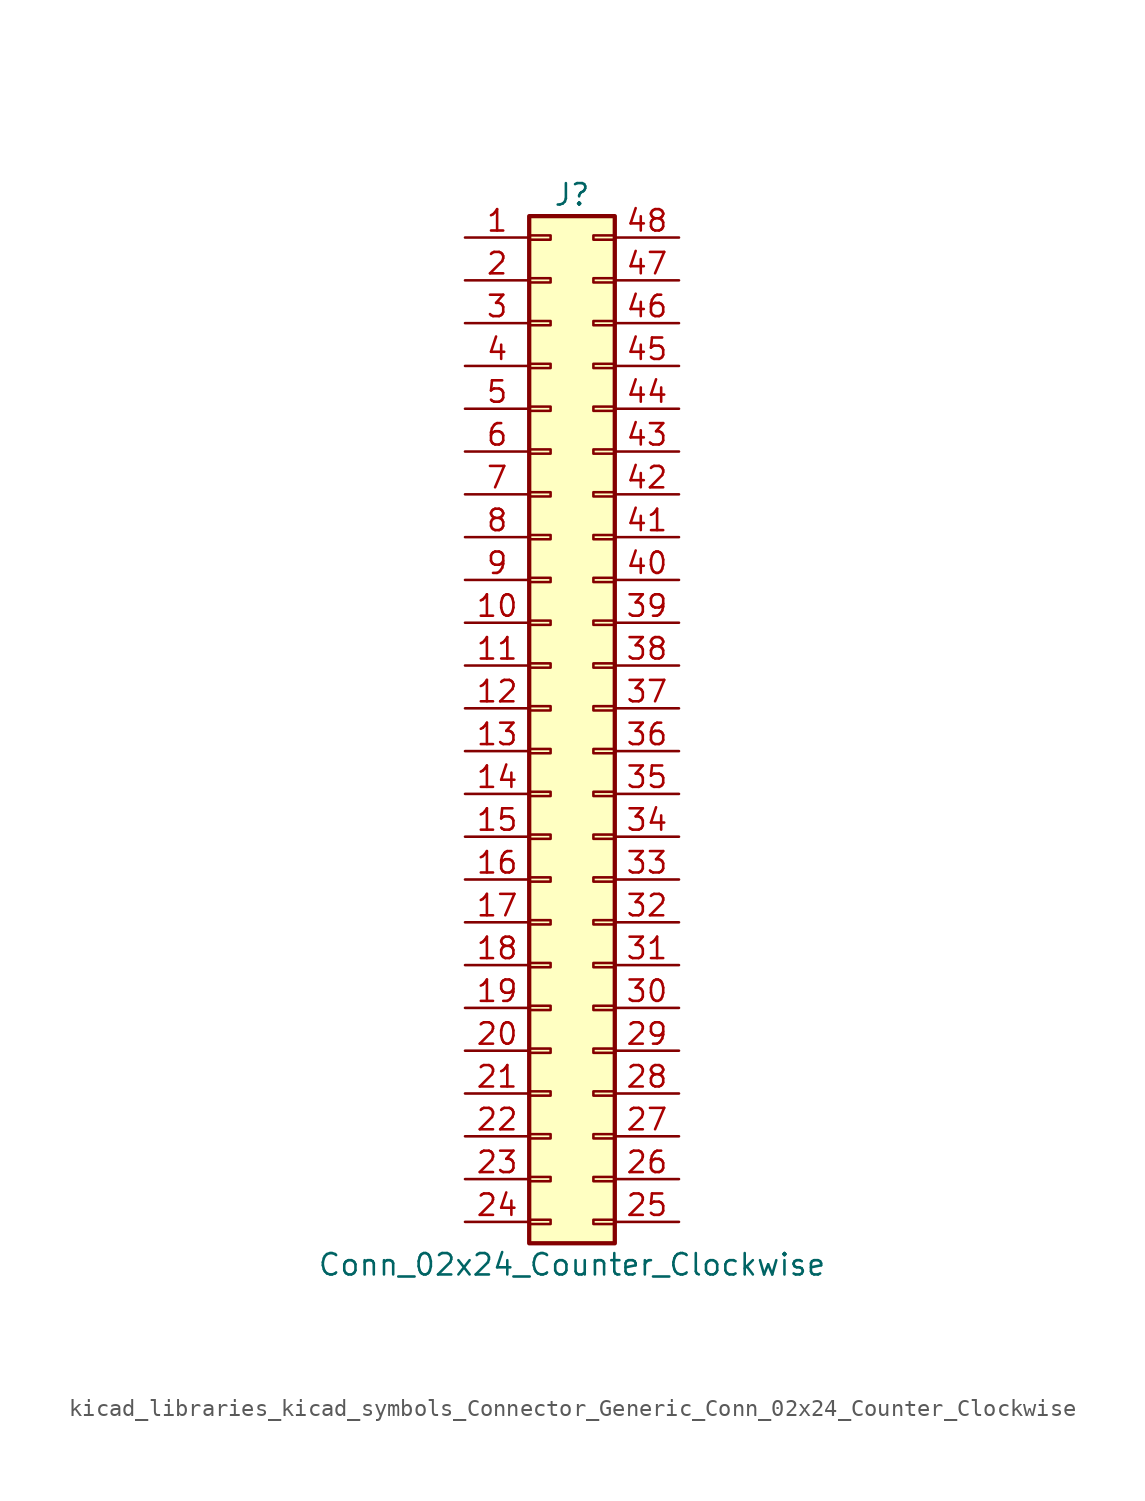
<source format=kicad_sym>
(kicad_symbol_lib
  (version 20220914)
  (generator kicad_symbol_editor)
  (symbol "kicad_libraries_kicad_symbols_Connector_Generic_Conn_02x24_Counter_Clockwise"
    (pin_names
      (offset 1.016) hide)
    (property "Reference" "J"
      (at 1.27 30.48 0)
      (effects (font (size 1.27 1.27))))
    (property "Value" "Conn_02x24_Counter_Clockwise"
      (at 1.27 -33.02 0)
      (effects (font (size 1.27 1.27))))
    (symbol "kicad_libraries_kicad_symbols_Connector_Generic_Conn_02x24_Counter_Clockwise_1_1"
      (rectangle (start -1.27 -30.353) (end 0 -30.607) (stroke (width 0.152) (type default)) (fill (type none)))
      (rectangle (start -1.27 -27.813) (end 0 -28.067) (stroke (width 0.152) (type default)) (fill (type none)))
      (rectangle (start -1.27 -25.273) (end 0 -25.527) (stroke (width 0.152) (type default)) (fill (type none)))
      (rectangle (start -1.27 -22.733) (end 0 -22.987) (stroke (width 0.152) (type default)) (fill (type none)))
      (rectangle (start -1.27 -20.193) (end 0 -20.447) (stroke (width 0.152) (type default)) (fill (type none)))
      (rectangle (start -1.27 -17.653) (end 0 -17.907) (stroke (width 0.152) (type default)) (fill (type none)))
      (rectangle (start -1.27 -15.113) (end 0 -15.367) (stroke (width 0.152) (type default)) (fill (type none)))
      (rectangle (start -1.27 -12.573) (end 0 -12.827) (stroke (width 0.152) (type default)) (fill (type none)))
      (rectangle (start -1.27 -10.033) (end 0 -10.287) (stroke (width 0.152) (type default)) (fill (type none)))
      (rectangle (start -1.27 -7.493) (end 0 -7.747) (stroke (width 0.152) (type default)) (fill (type none)))
      (rectangle (start -1.27 -4.953) (end 0 -5.207) (stroke (width 0.152) (type default)) (fill (type none)))
      (rectangle (start -1.27 -2.413) (end 0 -2.667) (stroke (width 0.152) (type default)) (fill (type none)))
      (rectangle (start -1.27 0.127) (end 0 -0.127) (stroke (width 0.152) (type default)) (fill (type none)))
      (rectangle (start -1.27 2.667) (end 0 2.413) (stroke (width 0.152) (type default)) (fill (type none)))
      (rectangle (start -1.27 5.207) (end 0 4.953) (stroke (width 0.152) (type default)) (fill (type none)))
      (rectangle (start -1.27 7.747) (end 0 7.493) (stroke (width 0.152) (type default)) (fill (type none)))
      (rectangle (start -1.27 10.287) (end 0 10.033) (stroke (width 0.152) (type default)) (fill (type none)))
      (rectangle (start -1.27 12.827) (end 0 12.573) (stroke (width 0.152) (type default)) (fill (type none)))
      (rectangle (start -1.27 15.367) (end 0 15.113) (stroke (width 0.152) (type default)) (fill (type none)))
      (rectangle (start -1.27 17.907) (end 0 17.653) (stroke (width 0.152) (type default)) (fill (type none)))
      (rectangle (start -1.27 20.447) (end 0 20.193) (stroke (width 0.152) (type default)) (fill (type none)))
      (rectangle (start -1.27 22.987) (end 0 22.733) (stroke (width 0.152) (type default)) (fill (type none)))
      (rectangle (start -1.27 25.527) (end 0 25.273) (stroke (width 0.152) (type default)) (fill (type none)))
      (rectangle (start -1.27 28.067) (end 0 27.813) (stroke (width 0.152) (type default)) (fill (type none)))
      (rectangle (start -1.27 29.21) (end 3.81 -31.75) (stroke (width 0.254) (type default)) (fill (type background)))
      (rectangle (start 3.81 -30.353) (end 2.54 -30.607) (stroke (width 0.152) (type default)) (fill (type none)))
      (rectangle (start 3.81 -27.813) (end 2.54 -28.067) (stroke (width 0.152) (type default)) (fill (type none)))
      (rectangle (start 3.81 -25.273) (end 2.54 -25.527) (stroke (width 0.152) (type default)) (fill (type none)))
      (rectangle (start 3.81 -22.733) (end 2.54 -22.987) (stroke (width 0.152) (type default)) (fill (type none)))
      (rectangle (start 3.81 -20.193) (end 2.54 -20.447) (stroke (width 0.152) (type default)) (fill (type none)))
      (rectangle (start 3.81 -17.653) (end 2.54 -17.907) (stroke (width 0.152) (type default)) (fill (type none)))
      (rectangle (start 3.81 -15.113) (end 2.54 -15.367) (stroke (width 0.152) (type default)) (fill (type none)))
      (rectangle (start 3.81 -12.573) (end 2.54 -12.827) (stroke (width 0.152) (type default)) (fill (type none)))
      (rectangle (start 3.81 -10.033) (end 2.54 -10.287) (stroke (width 0.152) (type default)) (fill (type none)))
      (rectangle (start 3.81 -7.493) (end 2.54 -7.747) (stroke (width 0.152) (type default)) (fill (type none)))
      (rectangle (start 3.81 -4.953) (end 2.54 -5.207) (stroke (width 0.152) (type default)) (fill (type none)))
      (rectangle (start 3.81 -2.413) (end 2.54 -2.667) (stroke (width 0.152) (type default)) (fill (type none)))
      (rectangle (start 3.81 0.127) (end 2.54 -0.127) (stroke (width 0.152) (type default)) (fill (type none)))
      (rectangle (start 3.81 2.667) (end 2.54 2.413) (stroke (width 0.152) (type default)) (fill (type none)))
      (rectangle (start 3.81 5.207) (end 2.54 4.953) (stroke (width 0.152) (type default)) (fill (type none)))
      (rectangle (start 3.81 7.747) (end 2.54 7.493) (stroke (width 0.152) (type default)) (fill (type none)))
      (rectangle (start 3.81 10.287) (end 2.54 10.033) (stroke (width 0.152) (type default)) (fill (type none)))
      (rectangle (start 3.81 12.827) (end 2.54 12.573) (stroke (width 0.152) (type default)) (fill (type none)))
      (rectangle (start 3.81 15.367) (end 2.54 15.113) (stroke (width 0.152) (type default)) (fill (type none)))
      (rectangle (start 3.81 17.907) (end 2.54 17.653) (stroke (width 0.152) (type default)) (fill (type none)))
      (rectangle (start 3.81 20.447) (end 2.54 20.193) (stroke (width 0.152) (type default)) (fill (type none)))
      (rectangle (start 3.81 22.987) (end 2.54 22.733) (stroke (width 0.152) (type default)) (fill (type none)))
      (rectangle (start 3.81 25.527) (end 2.54 25.273) (stroke (width 0.152) (type default)) (fill (type none)))
      (rectangle (start 3.81 28.067) (end 2.54 27.813) (stroke (width 0.152) (type default)) (fill (type none)))
      (pin passive line (at -5.08 27.94 0) (length 3.81) (name "Pin_1" (effects (font (size 1.27 1.27)))) (number "1" (effects (font (size 1.27 1.27)))))
      (pin passive line (at -5.08 5.08 0) (length 3.81) (name "Pin_10" (effects (font (size 1.27 1.27)))) (number "10" (effects (font (size 1.27 1.27)))))
      (pin passive line (at -5.08 2.54 0) (length 3.81) (name "Pin_11" (effects (font (size 1.27 1.27)))) (number "11" (effects (font (size 1.27 1.27)))))
      (pin passive line (at -5.08 0 0) (length 3.81) (name "Pin_12" (effects (font (size 1.27 1.27)))) (number "12" (effects (font (size 1.27 1.27)))))
      (pin passive line (at -5.08 -2.54 0) (length 3.81) (name "Pin_13" (effects (font (size 1.27 1.27)))) (number "13" (effects (font (size 1.27 1.27)))))
      (pin passive line (at -5.08 -5.08 0) (length 3.81) (name "Pin_14" (effects (font (size 1.27 1.27)))) (number "14" (effects (font (size 1.27 1.27)))))
      (pin passive line (at -5.08 -7.62 0) (length 3.81) (name "Pin_15" (effects (font (size 1.27 1.27)))) (number "15" (effects (font (size 1.27 1.27)))))
      (pin passive line (at -5.08 -10.16 0) (length 3.81) (name "Pin_16" (effects (font (size 1.27 1.27)))) (number "16" (effects (font (size 1.27 1.27)))))
      (pin passive line (at -5.08 -12.7 0) (length 3.81) (name "Pin_17" (effects (font (size 1.27 1.27)))) (number "17" (effects (font (size 1.27 1.27)))))
      (pin passive line (at -5.08 -15.24 0) (length 3.81) (name "Pin_18" (effects (font (size 1.27 1.27)))) (number "18" (effects (font (size 1.27 1.27)))))
      (pin passive line (at -5.08 -17.78 0) (length 3.81) (name "Pin_19" (effects (font (size 1.27 1.27)))) (number "19" (effects (font (size 1.27 1.27)))))
      (pin passive line (at -5.08 25.4 0) (length 3.81) (name "Pin_2" (effects (font (size 1.27 1.27)))) (number "2" (effects (font (size 1.27 1.27)))))
      (pin passive line (at -5.08 -20.32 0) (length 3.81) (name "Pin_20" (effects (font (size 1.27 1.27)))) (number "20" (effects (font (size 1.27 1.27)))))
      (pin passive line (at -5.08 -22.86 0) (length 3.81) (name "Pin_21" (effects (font (size 1.27 1.27)))) (number "21" (effects (font (size 1.27 1.27)))))
      (pin passive line (at -5.08 -25.4 0) (length 3.81) (name "Pin_22" (effects (font (size 1.27 1.27)))) (number "22" (effects (font (size 1.27 1.27)))))
      (pin passive line (at -5.08 -27.94 0) (length 3.81) (name "Pin_23" (effects (font (size 1.27 1.27)))) (number "23" (effects (font (size 1.27 1.27)))))
      (pin passive line (at -5.08 -30.48 0) (length 3.81) (name "Pin_24" (effects (font (size 1.27 1.27)))) (number "24" (effects (font (size 1.27 1.27)))))
      (pin passive line (at 7.62 -30.48 180) (length 3.81) (name "Pin_25" (effects (font (size 1.27 1.27)))) (number "25" (effects (font (size 1.27 1.27)))))
      (pin passive line (at 7.62 -27.94 180) (length 3.81) (name "Pin_26" (effects (font (size 1.27 1.27)))) (number "26" (effects (font (size 1.27 1.27)))))
      (pin passive line (at 7.62 -25.4 180) (length 3.81) (name "Pin_27" (effects (font (size 1.27 1.27)))) (number "27" (effects (font (size 1.27 1.27)))))
      (pin passive line (at 7.62 -22.86 180) (length 3.81) (name "Pin_28" (effects (font (size 1.27 1.27)))) (number "28" (effects (font (size 1.27 1.27)))))
      (pin passive line (at 7.62 -20.32 180) (length 3.81) (name "Pin_29" (effects (font (size 1.27 1.27)))) (number "29" (effects (font (size 1.27 1.27)))))
      (pin passive line (at -5.08 22.86 0) (length 3.81) (name "Pin_3" (effects (font (size 1.27 1.27)))) (number "3" (effects (font (size 1.27 1.27)))))
      (pin passive line (at 7.62 -17.78 180) (length 3.81) (name "Pin_30" (effects (font (size 1.27 1.27)))) (number "30" (effects (font (size 1.27 1.27)))))
      (pin passive line (at 7.62 -15.24 180) (length 3.81) (name "Pin_31" (effects (font (size 1.27 1.27)))) (number "31" (effects (font (size 1.27 1.27)))))
      (pin passive line (at 7.62 -12.7 180) (length 3.81) (name "Pin_32" (effects (font (size 1.27 1.27)))) (number "32" (effects (font (size 1.27 1.27)))))
      (pin passive line (at 7.62 -10.16 180) (length 3.81) (name "Pin_33" (effects (font (size 1.27 1.27)))) (number "33" (effects (font (size 1.27 1.27)))))
      (pin passive line (at 7.62 -7.62 180) (length 3.81) (name "Pin_34" (effects (font (size 1.27 1.27)))) (number "34" (effects (font (size 1.27 1.27)))))
      (pin passive line (at 7.62 -5.08 180) (length 3.81) (name "Pin_35" (effects (font (size 1.27 1.27)))) (number "35" (effects (font (size 1.27 1.27)))))
      (pin passive line (at 7.62 -2.54 180) (length 3.81) (name "Pin_36" (effects (font (size 1.27 1.27)))) (number "36" (effects (font (size 1.27 1.27)))))
      (pin passive line (at 7.62 0 180) (length 3.81) (name "Pin_37" (effects (font (size 1.27 1.27)))) (number "37" (effects (font (size 1.27 1.27)))))
      (pin passive line (at 7.62 2.54 180) (length 3.81) (name "Pin_38" (effects (font (size 1.27 1.27)))) (number "38" (effects (font (size 1.27 1.27)))))
      (pin passive line (at 7.62 5.08 180) (length 3.81) (name "Pin_39" (effects (font (size 1.27 1.27)))) (number "39" (effects (font (size 1.27 1.27)))))
      (pin passive line (at -5.08 20.32 0) (length 3.81) (name "Pin_4" (effects (font (size 1.27 1.27)))) (number "4" (effects (font (size 1.27 1.27)))))
      (pin passive line (at 7.62 7.62 180) (length 3.81) (name "Pin_40" (effects (font (size 1.27 1.27)))) (number "40" (effects (font (size 1.27 1.27)))))
      (pin passive line (at 7.62 10.16 180) (length 3.81) (name "Pin_41" (effects (font (size 1.27 1.27)))) (number "41" (effects (font (size 1.27 1.27)))))
      (pin passive line (at 7.62 12.7 180) (length 3.81) (name "Pin_42" (effects (font (size 1.27 1.27)))) (number "42" (effects (font (size 1.27 1.27)))))
      (pin passive line (at 7.62 15.24 180) (length 3.81) (name "Pin_43" (effects (font (size 1.27 1.27)))) (number "43" (effects (font (size 1.27 1.27)))))
      (pin passive line (at 7.62 17.78 180) (length 3.81) (name "Pin_44" (effects (font (size 1.27 1.27)))) (number "44" (effects (font (size 1.27 1.27)))))
      (pin passive line (at 7.62 20.32 180) (length 3.81) (name "Pin_45" (effects (font (size 1.27 1.27)))) (number "45" (effects (font (size 1.27 1.27)))))
      (pin passive line (at 7.62 22.86 180) (length 3.81) (name "Pin_46" (effects (font (size 1.27 1.27)))) (number "46" (effects (font (size 1.27 1.27)))))
      (pin passive line (at 7.62 25.4 180) (length 3.81) (name "Pin_47" (effects (font (size 1.27 1.27)))) (number "47" (effects (font (size 1.27 1.27)))))
      (pin passive line (at 7.62 27.94 180) (length 3.81) (name "Pin_48" (effects (font (size 1.27 1.27)))) (number "48" (effects (font (size 1.27 1.27)))))
      (pin passive line (at -5.08 17.78 0) (length 3.81) (name "Pin_5" (effects (font (size 1.27 1.27)))) (number "5" (effects (font (size 1.27 1.27)))))
      (pin passive line (at -5.08 15.24 0) (length 3.81) (name "Pin_6" (effects (font (size 1.27 1.27)))) (number "6" (effects (font (size 1.27 1.27)))))
      (pin passive line (at -5.08 12.7 0) (length 3.81) (name "Pin_7" (effects (font (size 1.27 1.27)))) (number "7" (effects (font (size 1.27 1.27)))))
      (pin passive line (at -5.08 10.16 0) (length 3.81) (name "Pin_8" (effects (font (size 1.27 1.27)))) (number "8" (effects (font (size 1.27 1.27)))))
      (pin passive line (at -5.08 7.62 0) (length 3.81) (name "Pin_9" (effects (font (size 1.27 1.27)))) (number "9" (effects (font (size 1.27 1.27))))))))
</source>
